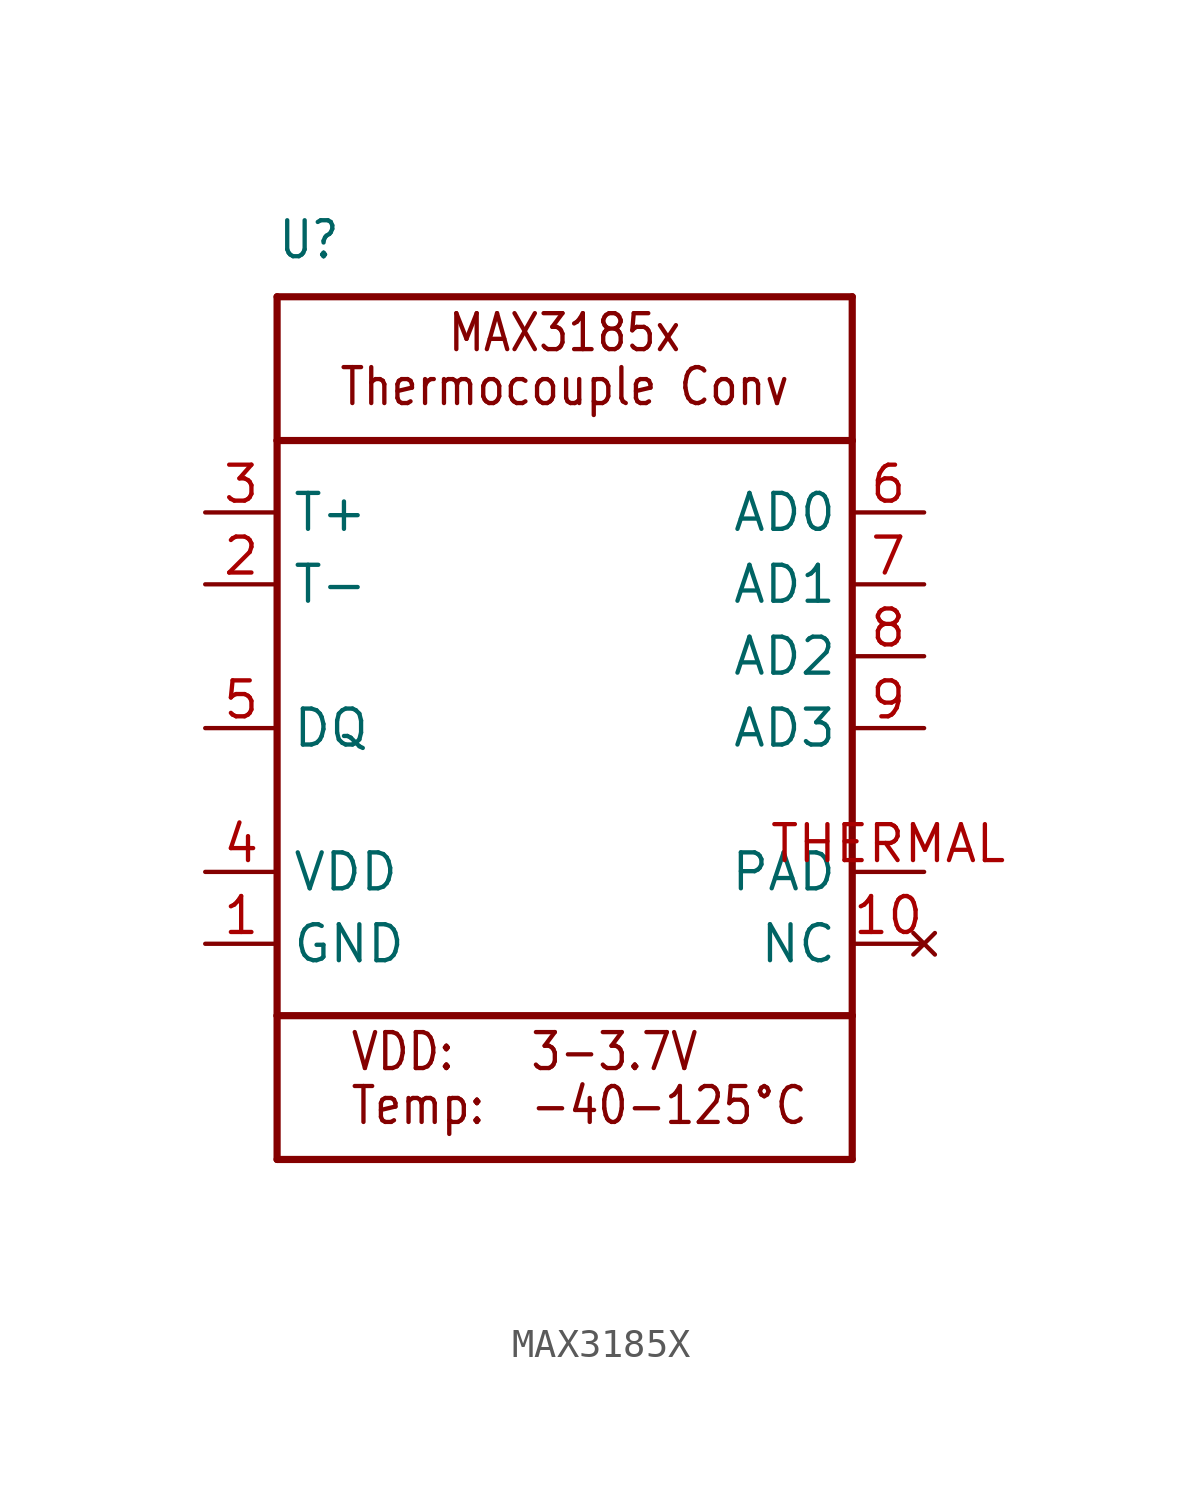
<source format=kicad_sym>
(kicad_symbol_lib
  (version 20231120)
  (generator "kicad_symbol_editor")
  (generator_version "8.0")
  (symbol "MAX3185X"
    (property "Reference" "U"
      (at -10.16 16.51 0)
      (effects (font (size 1.27 1.079)) (justify left bottom)))
    (property "Value" ""
      (at -10.16 -17.272 0)
      (effects (font (size 1.27 1.079)) (justify left bottom)))
    (property "ki_locked" ""
      (at 0 0 0)
      (effects (font (size 1.27 1.27))))
    (symbol "MAX3185X_1_0"
      (polyline (pts (xy -10.16 -15.24) (xy 10.16 -15.24)) (stroke (width 0.254) (type solid)) (fill (type none)))
      (polyline (pts (xy -10.16 -10.16) (xy -10.16 -15.24)) (stroke (width 0.254) (type solid)) (fill (type none)))
      (polyline (pts (xy -10.16 -10.16) (xy -10.16 10.16)) (stroke (width 0.254) (type solid)) (fill (type none)))
      (polyline (pts (xy -10.16 10.16) (xy -10.16 15.24)) (stroke (width 0.254) (type solid)) (fill (type none)))
      (polyline (pts (xy -10.16 10.16) (xy 10.16 10.16)) (stroke (width 0.254) (type solid)) (fill (type none)))
      (polyline (pts (xy -10.16 15.24) (xy 10.16 15.24)) (stroke (width 0.254) (type solid)) (fill (type none)))
      (polyline (pts (xy 10.16 -15.24) (xy 10.16 -10.16)) (stroke (width 0.254) (type solid)) (fill (type none)))
      (polyline (pts (xy 10.16 -10.16) (xy -10.16 -10.16)) (stroke (width 0.254) (type solid)) (fill (type none)))
      (polyline (pts (xy 10.16 10.16) (xy 10.16 -10.16)) (stroke (width 0.254) (type solid)) (fill (type none)))
      (polyline (pts (xy 10.16 15.24) (xy 10.16 10.16)) (stroke (width 0.254) (type solid)) (fill (type none)))
      (text "-40-125°C" (at -1.27 -13.335 0) (effects (font (size 1.27 1.079)) (justify left)))
      (text "3-3.7V" (at -1.27 -11.43 0) (effects (font (size 1.27 1.079)) (justify left)))
      (text "MAX3185x" (at 0 13.97 0) (effects (font (size 1.27 1.079))))
      (text "Temp:" (at -7.62 -13.335 0) (effects (font (size 1.27 1.079)) (justify left)))
      (text "Thermocouple Conv" (at 0 12.065 0) (effects (font (size 1.27 1.079))))
      (text "VDD:" (at -7.62 -11.43 0) (effects (font (size 1.27 1.079)) (justify left)))
      (pin power_in line (at -12.7 -7.62 0) (length 2.54) (name "GND" (effects (font (size 1.27 1.27)))) (number "1" (effects (font (size 1.27 1.27)))))
      (pin no_connect line (at 12.7 -7.62 180) (length 2.54) (name "NC" (effects (font (size 1.27 1.27)))) (number "10" (effects (font (size 1.27 1.27)))))
      (pin input line (at -12.7 5.08 0) (length 2.54) (name "T-" (effects (font (size 1.27 1.27)))) (number "2" (effects (font (size 1.27 1.27)))))
      (pin input line (at -12.7 7.62 0) (length 2.54) (name "T+" (effects (font (size 1.27 1.27)))) (number "3" (effects (font (size 1.27 1.27)))))
      (pin power_in line (at -12.7 -5.08 0) (length 2.54) (name "VDD" (effects (font (size 1.27 1.27)))) (number "4" (effects (font (size 1.27 1.27)))))
      (pin bidirectional line (at -12.7 0 0) (length 2.54) (name "DQ" (effects (font (size 1.27 1.27)))) (number "5" (effects (font (size 1.27 1.27)))))
      (pin input line (at 12.7 7.62 180) (length 2.54) (name "AD0" (effects (font (size 1.27 1.27)))) (number "6" (effects (font (size 1.27 1.27)))))
      (pin input line (at 12.7 5.08 180) (length 2.54) (name "AD1" (effects (font (size 1.27 1.27)))) (number "7" (effects (font (size 1.27 1.27)))))
      (pin input line (at 12.7 2.54 180) (length 2.54) (name "AD2" (effects (font (size 1.27 1.27)))) (number "8" (effects (font (size 1.27 1.27)))))
      (pin input line (at 12.7 0 180) (length 2.54) (name "AD3" (effects (font (size 1.27 1.27)))) (number "9" (effects (font (size 1.27 1.27)))))
      (pin passive line (at 12.7 -5.08 180) (length 2.54) (name "PAD" (effects (font (size 1.27 1.27)))) (number "THERMAL" (effects (font (size 1.27 1.27))))))))
</source>
